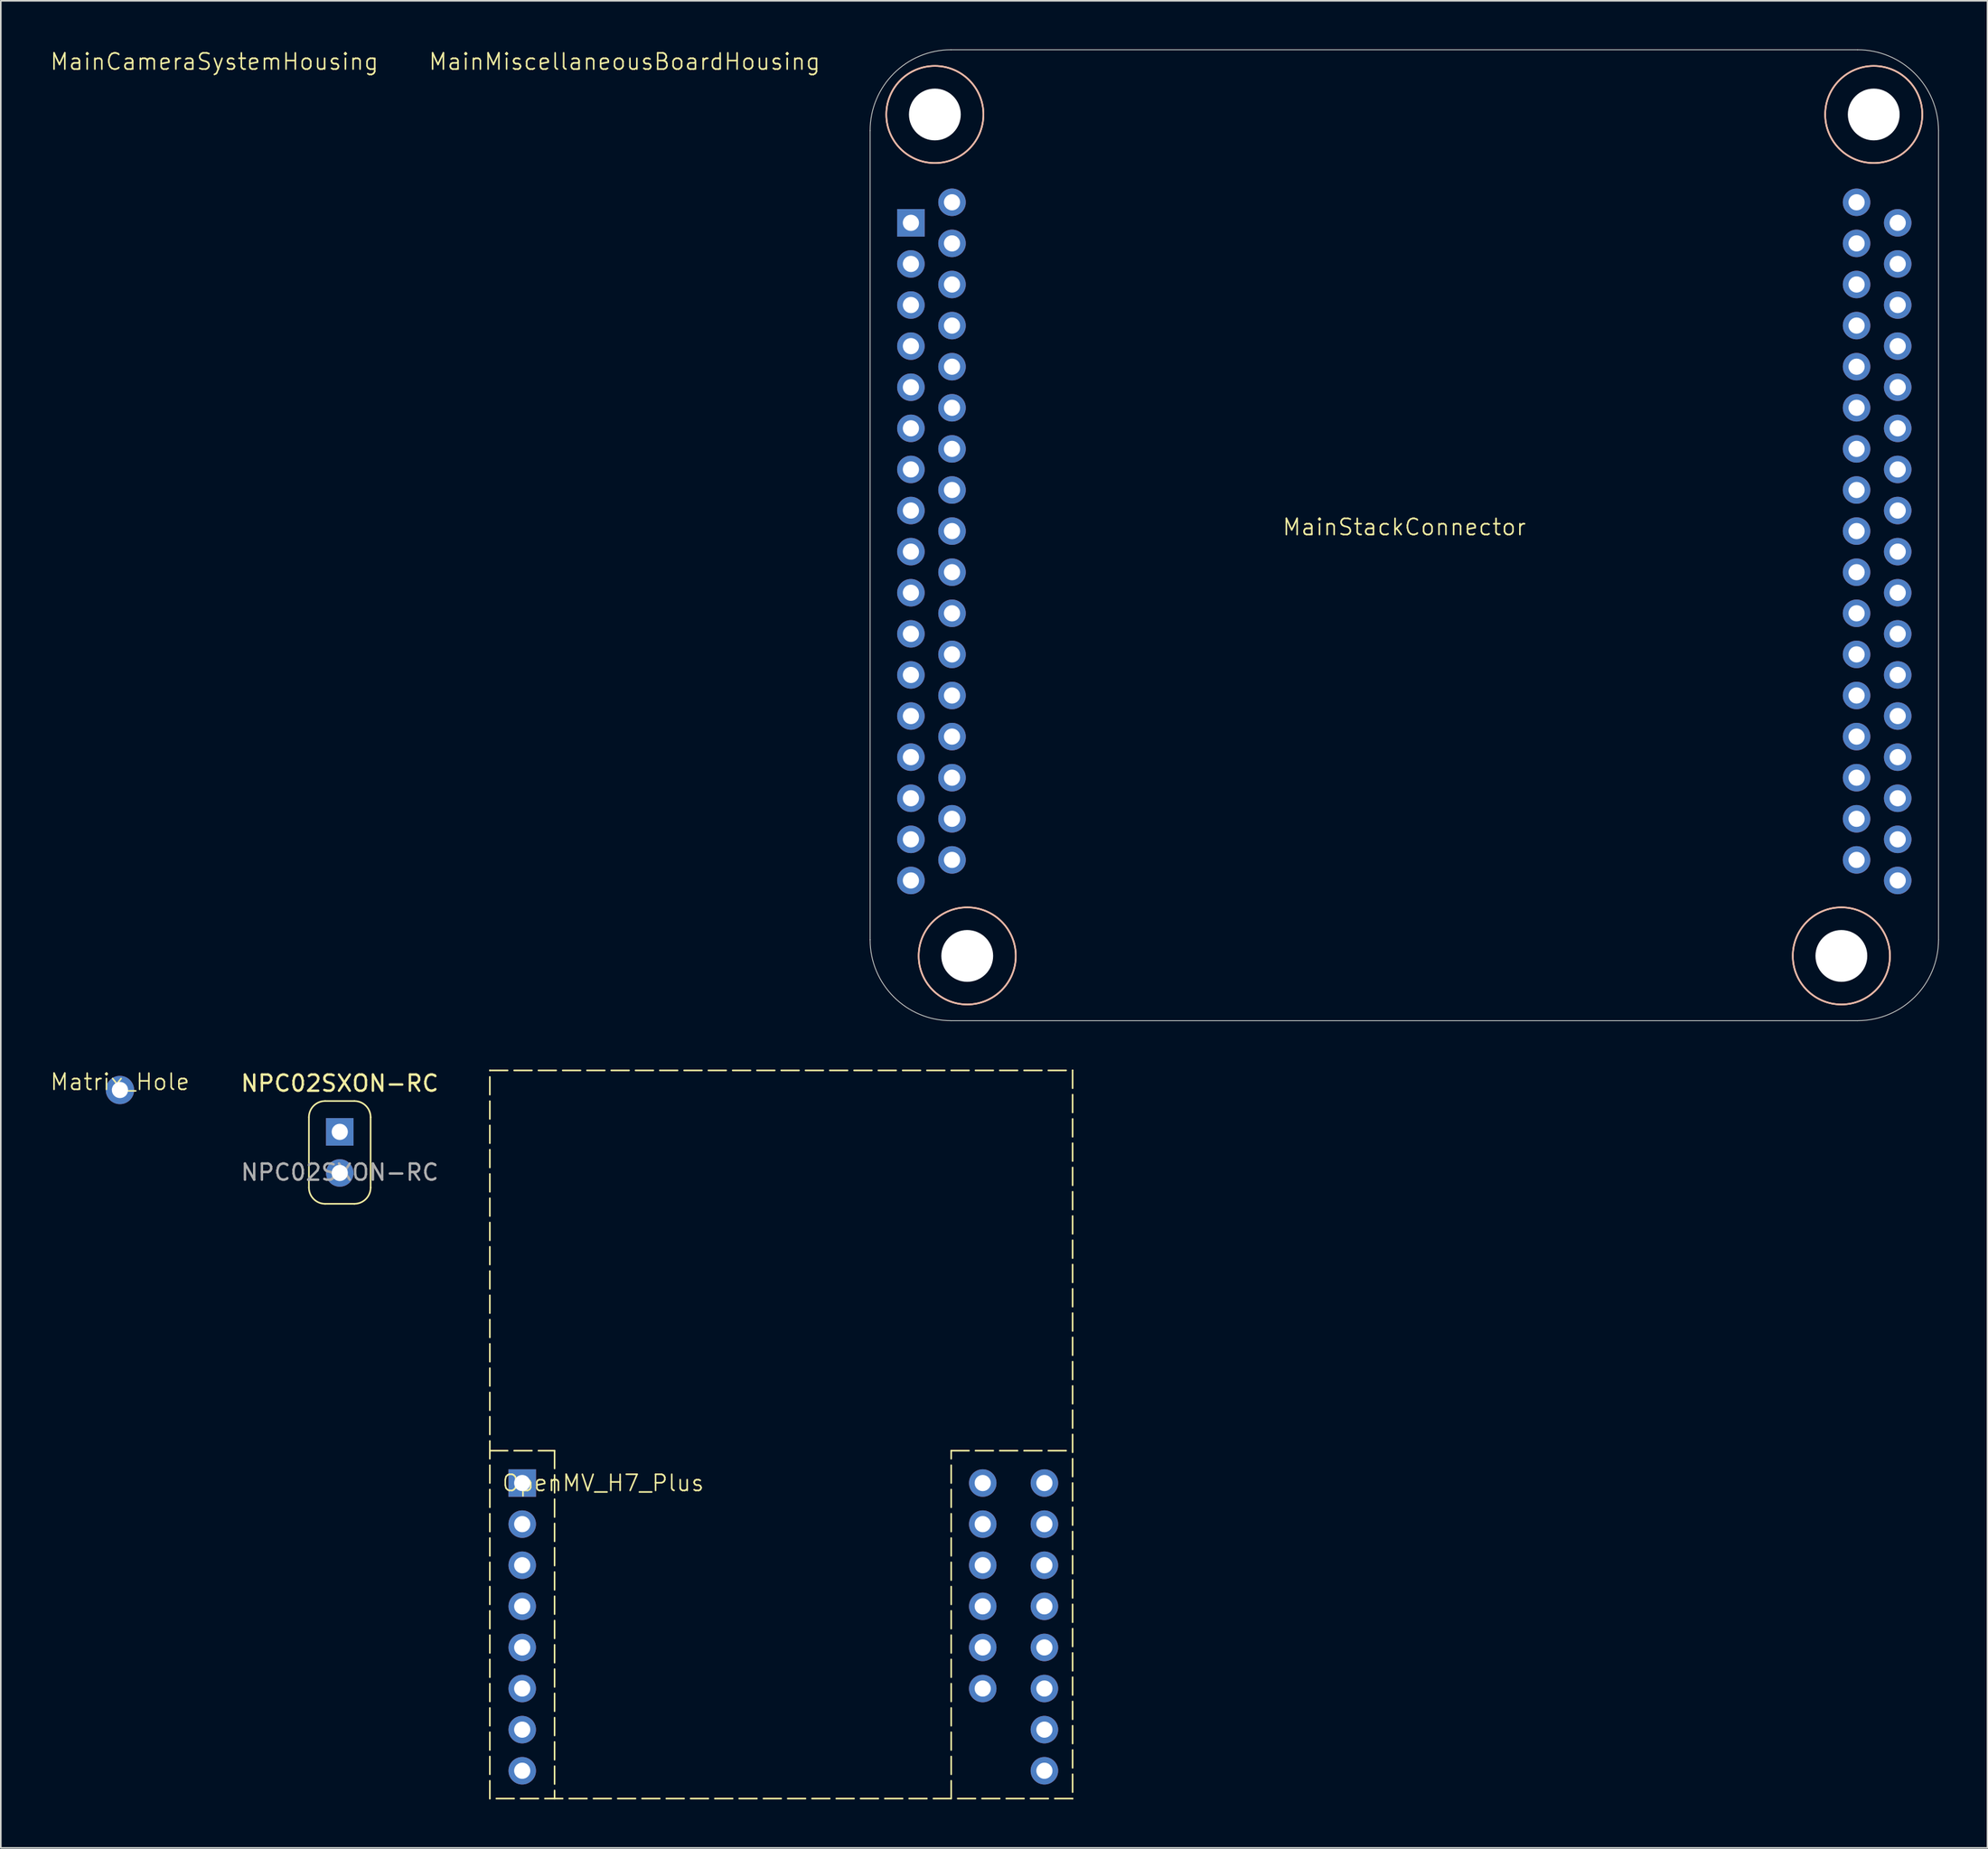
<source format=kicad_pcb>
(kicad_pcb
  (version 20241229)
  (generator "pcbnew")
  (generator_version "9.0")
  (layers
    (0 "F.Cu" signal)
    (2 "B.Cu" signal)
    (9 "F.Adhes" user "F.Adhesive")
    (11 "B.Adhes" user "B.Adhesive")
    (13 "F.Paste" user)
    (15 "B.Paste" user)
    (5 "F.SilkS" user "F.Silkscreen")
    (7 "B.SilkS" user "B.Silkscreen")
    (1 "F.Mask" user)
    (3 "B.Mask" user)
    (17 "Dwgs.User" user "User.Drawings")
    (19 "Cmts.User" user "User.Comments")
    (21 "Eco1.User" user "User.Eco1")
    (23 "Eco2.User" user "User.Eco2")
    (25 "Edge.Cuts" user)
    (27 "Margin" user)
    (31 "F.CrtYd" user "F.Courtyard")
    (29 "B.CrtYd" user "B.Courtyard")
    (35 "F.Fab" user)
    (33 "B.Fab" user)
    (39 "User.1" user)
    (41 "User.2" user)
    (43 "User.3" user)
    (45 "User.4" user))
  (footprint "Matrix_Hole"
    (layer "F.Cu")
    (at 4.36 64.311)
    (property "Reference" "Matrix_Hole" (at 0 -0.5 0) (unlocked yes) (layer "F.SilkS") (effects (font (size 1 1) (thickness 0.1))))
    (attr through_hole)
    (pad "MP" thru_hole circle (at 0 0) (size 1.75 1.75) (drill 1) (layers "*.Cu" "*.Mask")))
  (footprint "OpenMV_H7_Plus"
    (layer "F.Cu")
    (at 29.21 88.6)
    (property "Reference" "OpenMV_H7_Plus" (at 5 0 0) (unlocked yes) (layer "F.SilkS") (effects (font (size 1 1) (thickness 0.1))))
    (attr through_hole)
    (fp_line (start -2 -2) (end 2 -2) (stroke (width 0.1) (type dash)) (layer "F.SilkS"))
    (fp_line (start 2 -2) (end 2 19.5) (stroke (width 0.1) (type dash)) (layer "F.SilkS"))
    (fp_line (start 26.5 -2) (end 34 -2) (stroke (width 0.1) (type dash)) (layer "F.SilkS"))
    (fp_line (start 26.5 19.5) (end 26.5 -2) (stroke (width 0.1) (type dash)) (layer "F.SilkS"))
    (fp_rect (start -2 -25.5) (end 34 19.5) (stroke (width 0.1) (type dash)) (fill no) (layer "F.SilkS"))
    (pad "+3.3V" thru_hole circle (at 0 17.78) (size 1.7 1.7) (drill 1) (layers "*.Cu" "*.Mask"))
    (pad "+3.3V" thru_hole circle (at 28.448 10.16) (size 1.7 1.7) (drill 1) (layers "*.Cu" "*.Mask"))
    (pad "BOOT" thru_hole circle (at 32.258 2.54) (size 1.7 1.7) (drill 1) (layers "*.Cu" "*.Mask"))
    (pad "FSYNC" thru_hole circle (at 32.258 5.08) (size 1.7 1.7) (drill 1) (layers "*.Cu" "*.Mask"))
    (pad "GND" thru_hole circle (at 28.448 12.7) (size 1.7 1.7) (drill 1) (layers "*.Cu" "*.Mask"))
    (pad "GND" thru_hole circle (at 32.258 17.78) (size 1.7 1.7) (drill 1) (layers "*.Cu" "*.Mask"))
    (pad "NRST" thru_hole circle (at 28.448 7.62) (size 1.7 1.7) (drill 1) (layers "*.Cu" "*.Mask"))
    (pad "NRST" thru_hole circle (at 32.258 0) (size 1.7 1.7) (drill 1) (layers "*.Cu" "*.Mask"))
    (pad "PA5" thru_hole circle (at 0 15.24) (size 1.7 1.7) (drill 1) (layers "*.Cu" "*.Mask"))
    (pad "PB10" thru_hole circle (at 0 10.16) (size 1.7 1.7) (drill 1) (layers "*.Cu" "*.Mask"))
    (pad "PB11" thru_hole circle (at 0 12.7) (size 1.7 1.7) (drill 1) (layers "*.Cu" "*.Mask"))
    (pad "PB12" thru_hole circle (at 0 7.62) (size 1.7 1.7) (drill 1) (layers "*.Cu" "*.Mask"))
    (pad "PB13" thru_hole circle (at 0 5.08) (size 1.7 1.7) (drill 1) (layers "*.Cu" "*.Mask"))
    (pad "PB14" thru_hole circle (at 0 2.54) (size 1.7 1.7) (drill 1) (layers "*.Cu" "*.Mask"))
    (pad "PB15" thru_hole rect (at 0 0) (size 1.7 1.7) (drill 1) (layers "*.Cu" "*.Mask"))
    (pad "PD12" thru_hole circle (at 32.258 12.7) (size 1.7 1.7) (drill 1) (layers "*.Cu" "*.Mask"))
    (pad "PD13" thru_hole circle (at 32.258 10.16) (size 1.7 1.7) (drill 1) (layers "*.Cu" "*.Mask"))
    (pad "PG3" thru_hole circle (at 32.258 7.62) (size 1.7 1.7) (drill 1) (layers "*.Cu" "*.Mask"))
    (pad "SWC" thru_hole circle (at 28.448 2.54) (size 1.7 1.7) (drill 1) (layers "*.Cu" "*.Mask"))
    (pad "SWD" thru_hole circle (at 28.448 5.08) (size 1.7 1.7) (drill 1) (layers "*.Cu" "*.Mask"))
    (pad "SWO" thru_hole circle (at 28.448 0) (size 1.7 1.7) (drill 1) (layers "*.Cu" "*.Mask"))
    (pad "VIN" thru_hole circle (at 32.258 15.24) (size 1.7 1.7) (drill 1) (layers "*.Cu" "*.Mask")))
  (footprint "MainStackConnector"
    (layer "F.Cu")
    (at 83.701 30.025)
    (property "Reference" "MainStackConnector" (at 0 -0.5 0) (unlocked yes) (layer "F.SilkS") (effects (font (size 1 1) (thickness 0.1))))
    (attr through_hole)
    (fp_circle (center -29 -26) (end -26 -26) (stroke (width 0.1) (type default)) (fill no) (layer "F.SilkS"))
    (fp_circle (center -27 26) (end -24 26) (stroke (width 0.1) (type default)) (fill no) (layer "F.SilkS"))
    (fp_circle (center 27 26) (end 30 26) (stroke (width 0.1) (type default)) (fill no) (layer "F.SilkS"))
    (fp_circle (center 29 -26) (end 32 -26) (stroke (width 0.1) (type default)) (fill no) (layer "F.SilkS"))
    (fp_circle (center -29 -26) (end -32 -26) (stroke (width 0.1) (type default)) (fill no) (layer "B.SilkS"))
    (fp_circle (center -27 26) (end -30 26) (stroke (width 0.1) (type default)) (fill no) (layer "B.SilkS"))
    (fp_circle (center 27 26) (end 24 26) (stroke (width 0.1) (type default)) (fill no) (layer "B.SilkS"))
    (fp_circle (center 29 -26) (end 26 -26) (stroke (width 0.1) (type default)) (fill no) (layer "B.SilkS"))
    (fp_line (start -33 25) (end -33 -25) (stroke (width 0.05) (type default)) (layer "Edge.Cuts"))
    (fp_line (start -28 -30) (end 28 -30) (stroke (width 0.05) (type default)) (layer "Edge.Cuts"))
    (fp_line (start 28 30) (end -28 30) (stroke (width 0.05) (type default)) (layer "Edge.Cuts"))
    (fp_line (start 33 -25) (end 33 25) (stroke (width 0.05) (type default)) (layer "Edge.Cuts"))
    (fp_arc (start -33 -25) (mid -31.535534 -28.535534) (end -28 -30) (stroke (width 0.05) (type default)) (layer "Edge.Cuts"))
    (fp_arc (start -28 30) (mid -31.535534 28.535534) (end -33 25) (stroke (width 0.05) (type default)) (layer "Edge.Cuts"))
    (fp_arc (start 28 -30) (mid 31.535534 -28.535534) (end 33 -25) (stroke (width 0.05) (type default)) (layer "Edge.Cuts"))
    (fp_arc (start 33 25) (mid 31.535534 28.535534) (end 28 30) (stroke (width 0.05) (type default)) (layer "Edge.Cuts"))
    (pad "" np_thru_hole circle (at -29 -26) (size 3.2 3.2) (drill 3.2) (layers "*.Cu" "*.Mask"))
    (pad "" np_thru_hole circle (at -27 26) (size 3.2 3.2) (drill 3.2) (layers "*.Cu" "*.Mask"))
    (pad "" np_thru_hole circle (at 27 26) (size 3.2 3.2) (drill 3.2) (layers "*.Cu" "*.Mask"))
    (pad "" np_thru_hole circle (at 29 -26) (size 3.2 3.2) (drill 3.2) (layers "*.Cu" "*.Mask"))
    (pad "1" thru_hole rect (at -30.48 -19.304) (size 1.7 1.7) (drill 1) (layers "*.Cu" "*.Mask"))
    (pad "2" thru_hole circle (at -30.48 -16.764) (size 1.7 1.7) (drill 1) (layers "*.Cu" "*.Mask"))
    (pad "3" thru_hole circle (at -30.48 -14.224) (size 1.7 1.7) (drill 1) (layers "*.Cu" "*.Mask"))
    (pad "4" thru_hole circle (at -30.48 -11.684) (size 1.7 1.7) (drill 1) (layers "*.Cu" "*.Mask"))
    (pad "5" thru_hole oval (at -30.48 -9.144) (size 1.7 1.7) (drill 1) (layers "*.Cu" "*.Mask"))
    (pad "6" thru_hole circle (at -30.48 -6.604) (size 1.7 1.7) (drill 1) (layers "*.Cu" "*.Mask"))
    (pad "7" thru_hole circle (at -30.48 -4.064) (size 1.7 1.7) (drill 1) (layers "*.Cu" "*.Mask"))
    (pad "8" thru_hole circle (at -30.48 -1.524) (size 1.7 1.7) (drill 1) (layers "*.Cu" "*.Mask"))
    (pad "9" thru_hole circle (at -30.48 1.016) (size 1.7 1.7) (drill 1) (layers "*.Cu" "*.Mask"))
    (pad "10" thru_hole circle (at -30.48 3.556) (size 1.7 1.7) (drill 1) (layers "*.Cu" "*.Mask"))
    (pad "11" thru_hole circle (at -30.48 6.096) (size 1.7 1.7) (drill 1) (layers "*.Cu" "*.Mask"))
    (pad "12" thru_hole circle (at -30.48 8.636) (size 1.7 1.7) (drill 1) (layers "*.Cu" "*.Mask"))
    (pad "13" thru_hole circle (at -30.48 11.176) (size 1.7 1.7) (drill 1) (layers "*.Cu" "*.Mask"))
    (pad "14" thru_hole circle (at -30.48 13.716) (size 1.7 1.7) (drill 1) (layers "*.Cu" "*.Mask"))
    (pad "15" thru_hole circle (at -30.48 16.256) (size 1.7 1.7) (drill 1) (layers "*.Cu" "*.Mask"))
    (pad "16" thru_hole circle (at -30.48 18.796) (size 1.7 1.7) (drill 1) (layers "*.Cu" "*.Mask"))
    (pad "17" thru_hole circle (at -30.48 21.336) (size 1.7 1.7) (drill 1) (layers "*.Cu" "*.Mask"))
    (pad "18" thru_hole circle (at -27.94 -20.574) (size 1.7 1.7) (drill 1) (layers "*.Cu" "*.Mask"))
    (pad "19" thru_hole circle (at -27.94 -18.034) (size 1.7 1.7) (drill 1) (layers "*.Cu" "*.Mask"))
    (pad "20" thru_hole circle (at -27.94 -15.494) (size 1.7 1.7) (drill 1) (layers "*.Cu" "*.Mask"))
    (pad "21" thru_hole circle (at -27.94 -12.954) (size 1.7 1.7) (drill 1) (layers "*.Cu" "*.Mask"))
    (pad "22" thru_hole oval (at -27.94 -10.414) (size 1.7 1.7) (drill 1) (layers "*.Cu" "*.Mask"))
    (pad "23" thru_hole circle (at -27.94 -7.874) (size 1.7 1.7) (drill 1) (layers "*.Cu" "*.Mask"))
    (pad "24" thru_hole circle (at -27.94 -5.334) (size 1.7 1.7) (drill 1) (layers "*.Cu" "*.Mask"))
    (pad "25" thru_hole circle (at -27.94 -2.794) (size 1.7 1.7) (drill 1) (layers "*.Cu" "*.Mask"))
    (pad "26" thru_hole circle (at -27.94 -0.254) (size 1.7 1.7) (drill 1) (layers "*.Cu" "*.Mask"))
    (pad "27" thru_hole circle (at -27.94 2.286) (size 1.7 1.7) (drill 1) (layers "*.Cu" "*.Mask"))
    (pad "28" thru_hole circle (at -27.94 4.826) (size 1.7 1.7) (drill 1) (layers "*.Cu" "*.Mask"))
    (pad "29" thru_hole circle (at -27.94 7.366) (size 1.7 1.7) (drill 1) (layers "*.Cu" "*.Mask"))
    (pad "30" thru_hole circle (at -27.94 9.906) (size 1.7 1.7) (drill 1) (layers "*.Cu" "*.Mask"))
    (pad "31" thru_hole circle (at -27.94 12.446) (size 1.7 1.7) (drill 1) (layers "*.Cu" "*.Mask"))
    (pad "32" thru_hole circle (at -27.94 14.986) (size 1.7 1.7) (drill 1) (layers "*.Cu" "*.Mask"))
    (pad "33" thru_hole circle (at -27.94 17.526) (size 1.7 1.7) (drill 1) (layers "*.Cu" "*.Mask"))
    (pad "34" thru_hole circle (at -27.94 20.066) (size 1.7 1.7) (drill 1) (layers "*.Cu" "*.Mask"))
    (pad "35" thru_hole circle (at 27.94 -20.574) (size 1.7 1.7) (drill 1) (layers "*.Cu" "*.Mask"))
    (pad "36" thru_hole circle (at 27.94 -18.034) (size 1.7 1.7) (drill 1) (layers "*.Cu" "*.Mask"))
    (pad "37" thru_hole circle (at 27.94 -15.494) (size 1.7 1.7) (drill 1) (layers "*.Cu" "*.Mask"))
    (pad "38" thru_hole circle (at 27.94 -12.954) (size 1.7 1.7) (drill 1) (layers "*.Cu" "*.Mask"))
    (pad "39" thru_hole circle (at 27.94 -10.414) (size 1.7 1.7) (drill 1) (layers "*.Cu" "*.Mask"))
    (pad "40" thru_hole circle (at 27.94 -7.874) (size 1.7 1.7) (drill 1) (layers "*.Cu" "*.Mask"))
    (pad "41" thru_hole circle (at 27.94 -5.334) (size 1.7 1.7) (drill 1) (layers "*.Cu" "*.Mask"))
    (pad "42" thru_hole circle (at 27.94 -2.794) (size 1.7 1.7) (drill 1) (layers "*.Cu" "*.Mask"))
    (pad "43" thru_hole circle (at 27.94 -0.254) (size 1.7 1.7) (drill 1) (layers "*.Cu" "*.Mask"))
    (pad "44" thru_hole circle (at 27.94 2.286) (size 1.7 1.7) (drill 1) (layers "*.Cu" "*.Mask"))
    (pad "45" thru_hole circle (at 27.94 4.826) (size 1.7 1.7) (drill 1) (layers "*.Cu" "*.Mask"))
    (pad "46" thru_hole circle (at 27.94 7.366) (size 1.7 1.7) (drill 1) (layers "*.Cu" "*.Mask"))
    (pad "47" thru_hole circle (at 27.94 9.906) (size 1.7 1.7) (drill 1) (layers "*.Cu" "*.Mask"))
    (pad "48" thru_hole circle (at 27.94 12.446) (size 1.7 1.7) (drill 1) (layers "*.Cu" "*.Mask"))
    (pad "49" thru_hole circle (at 27.94 14.986) (size 1.7 1.7) (drill 1) (layers "*.Cu" "*.Mask"))
    (pad "50" thru_hole circle (at 27.94 17.526) (size 1.7 1.7) (drill 1) (layers "*.Cu" "*.Mask"))
    (pad "51" thru_hole circle (at 27.94 20.066) (size 1.7 1.7) (drill 1) (layers "*.Cu" "*.Mask"))
    (pad "52" thru_hole circle (at 30.48 -19.304) (size 1.7 1.7) (drill 1) (layers "*.Cu" "*.Mask"))
    (pad "53" thru_hole circle (at 30.48 -16.764) (size 1.7 1.7) (drill 1) (layers "*.Cu" "*.Mask"))
    (pad "54" thru_hole circle (at 30.48 -14.224) (size 1.7 1.7) (drill 1) (layers "*.Cu" "*.Mask"))
    (pad "55" thru_hole circle (at 30.48 -11.684) (size 1.7 1.7) (drill 1) (layers "*.Cu" "*.Mask"))
    (pad "56" thru_hole circle (at 30.48 -9.144) (size 1.7 1.7) (drill 1) (layers "*.Cu" "*.Mask"))
    (pad "57" thru_hole circle (at 30.48 -6.604) (size 1.7 1.7) (drill 1) (layers "*.Cu" "*.Mask"))
    (pad "58" thru_hole circle (at 30.48 -4.064) (size 1.7 1.7) (drill 1) (layers "*.Cu" "*.Mask"))
    (pad "59" thru_hole circle (at 30.48 -1.524) (size 1.7 1.7) (drill 1) (layers "*.Cu" "*.Mask"))
    (pad "60" thru_hole circle (at 30.48 1.016) (size 1.7 1.7) (drill 1) (layers "*.Cu" "*.Mask"))
    (pad "61" thru_hole circle (at 30.48 3.556) (size 1.7 1.7) (drill 1) (layers "*.Cu" "*.Mask"))
    (pad "62" thru_hole circle (at 30.48 6.096) (size 1.7 1.7) (drill 1) (layers "*.Cu" "*.Mask"))
    (pad "63" thru_hole circle (at 30.48 8.636) (size 1.7 1.7) (drill 1) (layers "*.Cu" "*.Mask"))
    (pad "64" thru_hole circle (at 30.48 11.176) (size 1.7 1.7) (drill 1) (layers "*.Cu" "*.Mask"))
    (pad "65" thru_hole circle (at 30.48 13.716) (size 1.7 1.7) (drill 1) (layers "*.Cu" "*.Mask"))
    (pad "66" thru_hole circle (at 30.48 16.256) (size 1.7 1.7) (drill 1) (layers "*.Cu" "*.Mask"))
    (pad "67" thru_hole circle (at 30.48 18.796) (size 1.7 1.7) (drill 1) (layers "*.Cu" "*.Mask"))
    (pad "68" thru_hole circle (at 30.48 21.336) (size 1.7 1.7) (drill 1) (layers "*.Cu" "*.Mask")))
  (footprint "NPC02SXON-RC"
    (layer "F.Cu")
    (at 17.939 66.898)
    (property "Reference" "NPC02SXON-RC" (at 0 -3 0) (unlocked yes) (layer "F.SilkS") (effects (font (size 1 1) (thickness 0.15))))
    (attr through_hole)
    (fp_line (start -1.905 3.445) (end -1.905 -0.905) (stroke (width 0.1) (type default)) (layer "F.SilkS"))
    (fp_line (start -0.905 -1.905) (end 0.905 -1.905) (stroke (width 0.1) (type default)) (layer "F.SilkS"))
    (fp_line (start 0.905 4.445) (end -0.905 4.445) (stroke (width 0.1) (type default)) (layer "F.SilkS"))
    (fp_line (start 1.905 -0.905) (end 1.905 3.445) (stroke (width 0.1) (type default)) (layer "F.SilkS"))
    (fp_arc (start -1.905 -0.905) (mid -1.612107 -1.612107) (end -0.905 -1.905) (stroke (width 0.1) (type default)) (layer "F.SilkS"))
    (fp_arc (start -0.905 4.445) (mid -1.612107 4.152107) (end -1.905 3.445) (stroke (width 0.1) (type default)) (layer "F.SilkS"))
    (fp_arc (start 0.905 -1.905) (mid 1.612107 -1.612107) (end 1.905 -0.905) (stroke (width 0.1) (type default)) (layer "F.SilkS"))
    (fp_arc (start 1.905 3.445) (mid 1.612107 4.152107) (end 0.905 4.445) (stroke (width 0.1) (type default)) (layer "F.SilkS"))
    (fp_text user "${REFERENCE}" (at 0 2.5 0) (unlocked yes) (layer "F.Fab") (effects (font (size 1 1) (thickness 0.15))))
    (pad "1" thru_hole rect (at 0 0) (size 1.7 1.7) (drill 1) (layers "*.Cu" "*.Mask"))
    (pad "2" thru_hole circle (at 0 2.54) (size 1.7 1.7) (drill 1) (layers "*.Cu" "*.Mask")))
  (footprint "MainMiscellaneousBoardHousing"
    (layer "F.Cu")
    (at 35.531 1.26)
    (property "Reference" "MainMiscellaneousBoardHousing" (at 0 -0.5 0) (unlocked yes) (layer "F.SilkS") (effects (font (size 1 1) (thickness 0.1))))
    (attr exclude_from_bom)
    (fp_line (start -1 0) (end 1 0) (stroke (width 0.1) (type default)) (layer "User.1"))
    (fp_line (start 0 -1) (end 0 1) (stroke (width 0.1) (type default)) (layer "User.1"))
    (fp_circle (center 0 0) (end 1 0) (stroke (width 0.1) (type default)) (fill no) (layer "User.1")))
  (footprint "MainCameraSystemHousing"
    (layer "F.Cu")
    (at 10.193 1.26)
    (property "Reference" "MainCameraSystemHousing" (at 0 -0.5 0) (unlocked yes) (layer "F.SilkS") (effects (font (size 1 1) (thickness 0.1))))
    (attr smd)
    (fp_line (start -1 0) (end 1 0) (stroke (width 0.1) (type default)) (layer "User.1"))
    (fp_line (start 0 -1) (end 0 1) (stroke (width 0.1) (type default)) (layer "User.1"))
    (fp_circle (center 0 0) (end 1 0) (stroke (width 0.1) (type default)) (fill no) (layer "User.1")))
  (gr_rect
    (start -3 -3)
    (end 119.726 111.15)
    (stroke (width 0.1) (type default))
    (fill no)
    (layer "Edge.Cuts")))
</source>
